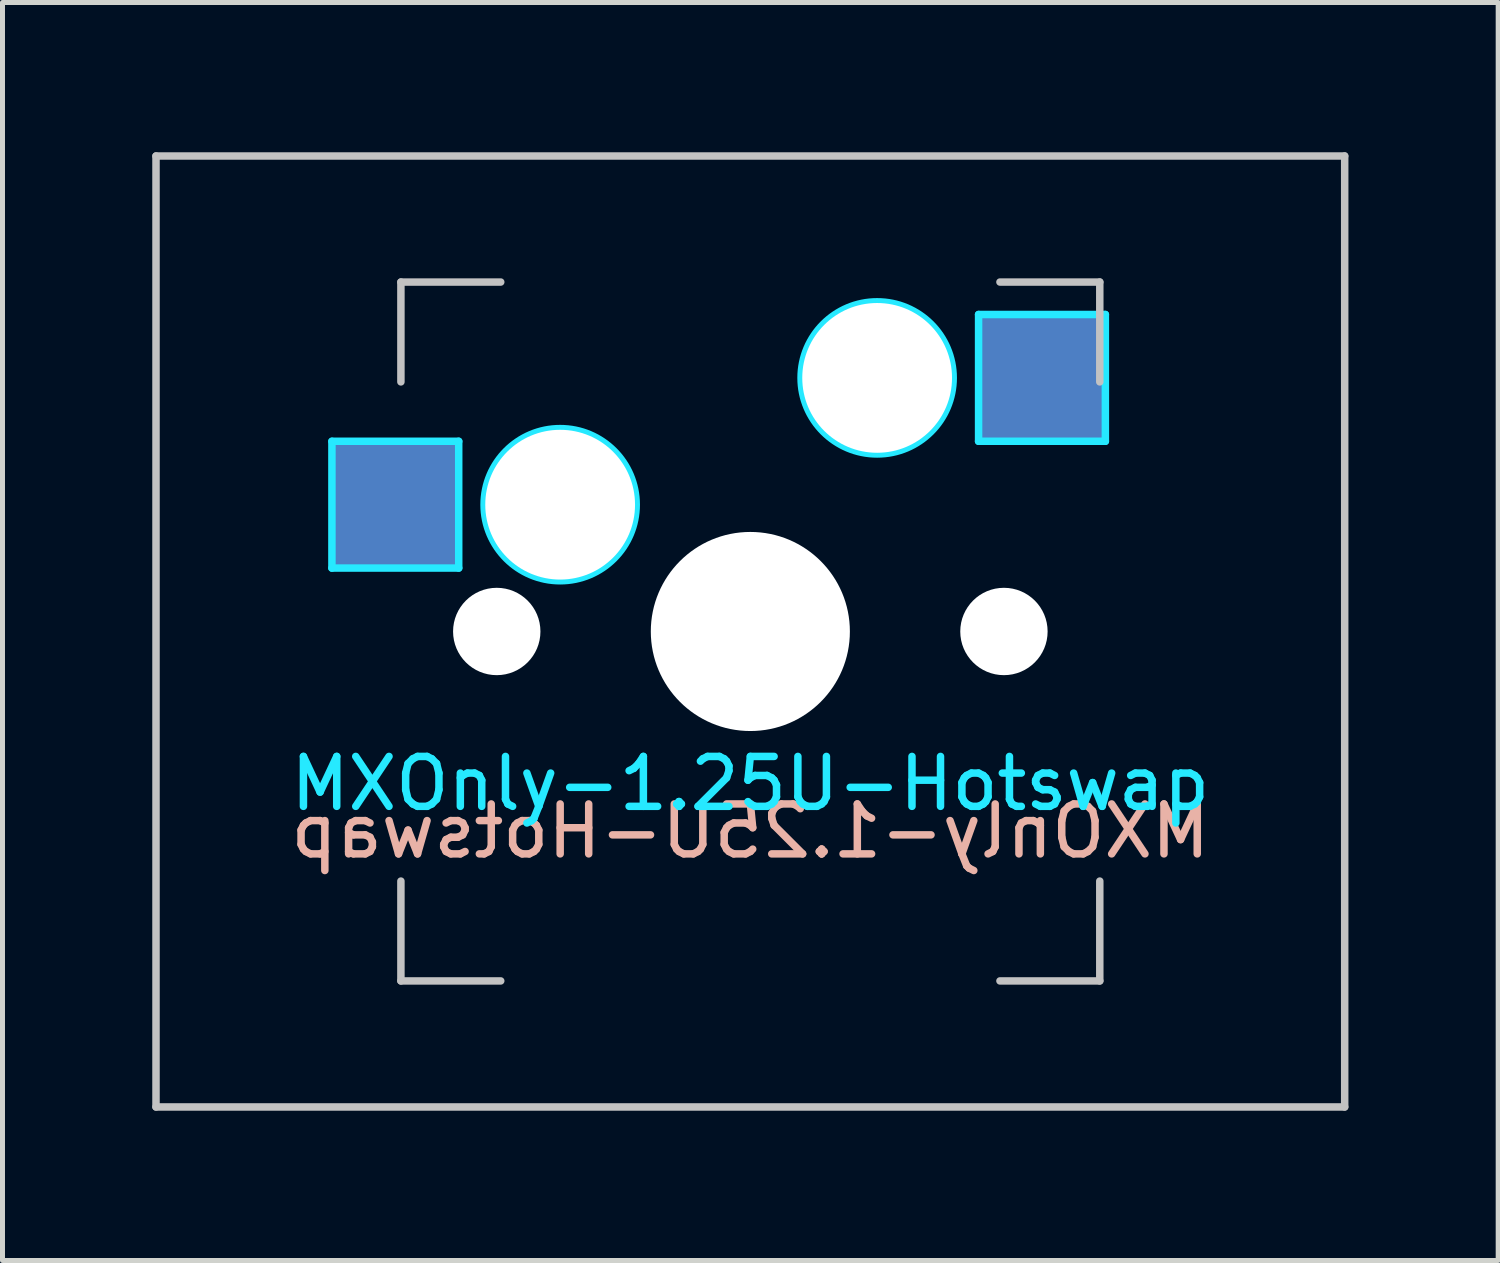
<source format=kicad_pcb>
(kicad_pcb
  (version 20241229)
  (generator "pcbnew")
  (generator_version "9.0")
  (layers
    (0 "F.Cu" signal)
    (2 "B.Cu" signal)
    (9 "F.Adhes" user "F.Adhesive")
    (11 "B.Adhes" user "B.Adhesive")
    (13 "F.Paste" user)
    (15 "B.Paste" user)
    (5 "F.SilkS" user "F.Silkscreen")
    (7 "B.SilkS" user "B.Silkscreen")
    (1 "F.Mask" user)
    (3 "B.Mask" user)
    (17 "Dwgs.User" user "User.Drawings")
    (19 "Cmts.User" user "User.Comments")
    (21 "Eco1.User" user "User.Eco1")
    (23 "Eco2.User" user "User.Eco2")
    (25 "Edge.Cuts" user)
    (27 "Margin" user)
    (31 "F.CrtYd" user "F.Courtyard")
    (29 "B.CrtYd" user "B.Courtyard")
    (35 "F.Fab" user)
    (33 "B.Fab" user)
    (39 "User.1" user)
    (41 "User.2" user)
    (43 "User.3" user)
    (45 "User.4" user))
  (footprint "MXOnly-1.25U-Hotswap"
    (layer "F.Cu")
    (at 11.981 9.6)
    (property "Reference" "MXOnly-1.25U-Hotswap" (at 0 3.048 0) (layer "B.CrtYd") (effects (font (size 1 1) (thickness 0.15))))
    (attr smd)
    (fp_line (start -11.906 -9.525) (end 11.906 -9.525) (stroke (width 0.15) (type solid)) (layer "Dwgs.User"))
    (fp_line (start -11.906 9.525) (end -11.906 -9.525) (stroke (width 0.15) (type solid)) (layer "Dwgs.User"))
    (fp_line (start -7 -7) (end -7 -5) (stroke (width 0.15) (type solid)) (layer "Dwgs.User"))
    (fp_line (start -7 5) (end -7 7) (stroke (width 0.15) (type solid)) (layer "Dwgs.User"))
    (fp_line (start -7 7) (end -5 7) (stroke (width 0.15) (type solid)) (layer "Dwgs.User"))
    (fp_line (start -5 -7) (end -7 -7) (stroke (width 0.15) (type solid)) (layer "Dwgs.User"))
    (fp_line (start 5 -7) (end 7 -7) (stroke (width 0.15) (type solid)) (layer "Dwgs.User"))
    (fp_line (start 5 7) (end 7 7) (stroke (width 0.15) (type solid)) (layer "Dwgs.User"))
    (fp_line (start 7 -7) (end 7 -5) (stroke (width 0.15) (type solid)) (layer "Dwgs.User"))
    (fp_line (start 7 7) (end 7 5) (stroke (width 0.15) (type solid)) (layer "Dwgs.User"))
    (fp_line (start 11.906 -9.525) (end 11.906 9.525) (stroke (width 0.15) (type solid)) (layer "Dwgs.User"))
    (fp_line (start 11.906 9.525) (end -11.906 9.525) (stroke (width 0.15) (type solid)) (layer "Dwgs.User"))
    (fp_line (start -8.382 -3.81) (end -5.842 -3.81) (stroke (width 0.15) (type solid)) (layer "B.CrtYd"))
    (fp_line (start -8.382 -1.27) (end -8.382 -3.81) (stroke (width 0.15) (type solid)) (layer "B.CrtYd"))
    (fp_line (start -5.842 -3.81) (end -5.842 -1.27) (stroke (width 0.15) (type solid)) (layer "B.CrtYd"))
    (fp_line (start -5.842 -1.27) (end -8.382 -1.27) (stroke (width 0.15) (type solid)) (layer "B.CrtYd"))
    (fp_line (start 4.572 -6.35) (end 7.112 -6.35) (stroke (width 0.15) (type solid)) (layer "B.CrtYd"))
    (fp_line (start 4.572 -3.81) (end 4.572 -6.35) (stroke (width 0.15) (type solid)) (layer "B.CrtYd"))
    (fp_line (start 7.112 -6.35) (end 7.112 -3.81) (stroke (width 0.15) (type solid)) (layer "B.CrtYd"))
    (fp_line (start 7.112 -3.81) (end 4.572 -3.81) (stroke (width 0.15) (type solid)) (layer "B.CrtYd"))
    (fp_circle (center -3.81 -2.54) (end -3.81 -4.064) (stroke (width 0.15) (type solid)) (fill no) (layer "B.CrtYd"))
    (fp_circle (center 2.54 -5.08) (end 2.54 -6.604) (stroke (width 0.15) (type solid)) (fill no) (layer "B.CrtYd"))
    (fp_text user "${REFERENCE}" (at 0 4 0) (layer "B.SilkS") (effects (font (size 1 1) (thickness 0.15)) (justify mirror)))
    (pad "" np_thru_hole circle (at -5.08 0 48.1) (size 1.75 1.75) (drill 1.75) (layers "*.Cu" "*.Mask"))
    (pad "" np_thru_hole circle (at -3.81 -2.54) (size 3 3) (drill 3) (layers "*.Cu" "*.Mask"))
    (pad "" np_thru_hole circle (at 0 0) (size 3.988 3.988) (drill 3.988) (layers "*.Cu" "*.Mask"))
    (pad "" np_thru_hole circle (at 2.54 -5.08) (size 3 3) (drill 3) (layers "*.Cu" "*.Mask"))
    (pad "" np_thru_hole circle (at 5.08 0 48.1) (size 1.75 1.75) (drill 1.75) (layers "*.Cu" "*.Mask"))
    (pad "1" smd rect (at -7.085 -2.54) (size 2.55 2.5) (layers "B.Cu" "B.Mask" "B.Paste"))
    (pad "2" smd rect (at 5.842 -5.08) (size 2.55 2.5) (layers "B.Cu" "B.Mask" "B.Paste")))
  (gr_rect
    (start -3 -3)
    (end 26.962 22.2)
    (stroke (width 0.1) (type default))
    (fill no)
    (layer "Edge.Cuts")))
</source>
